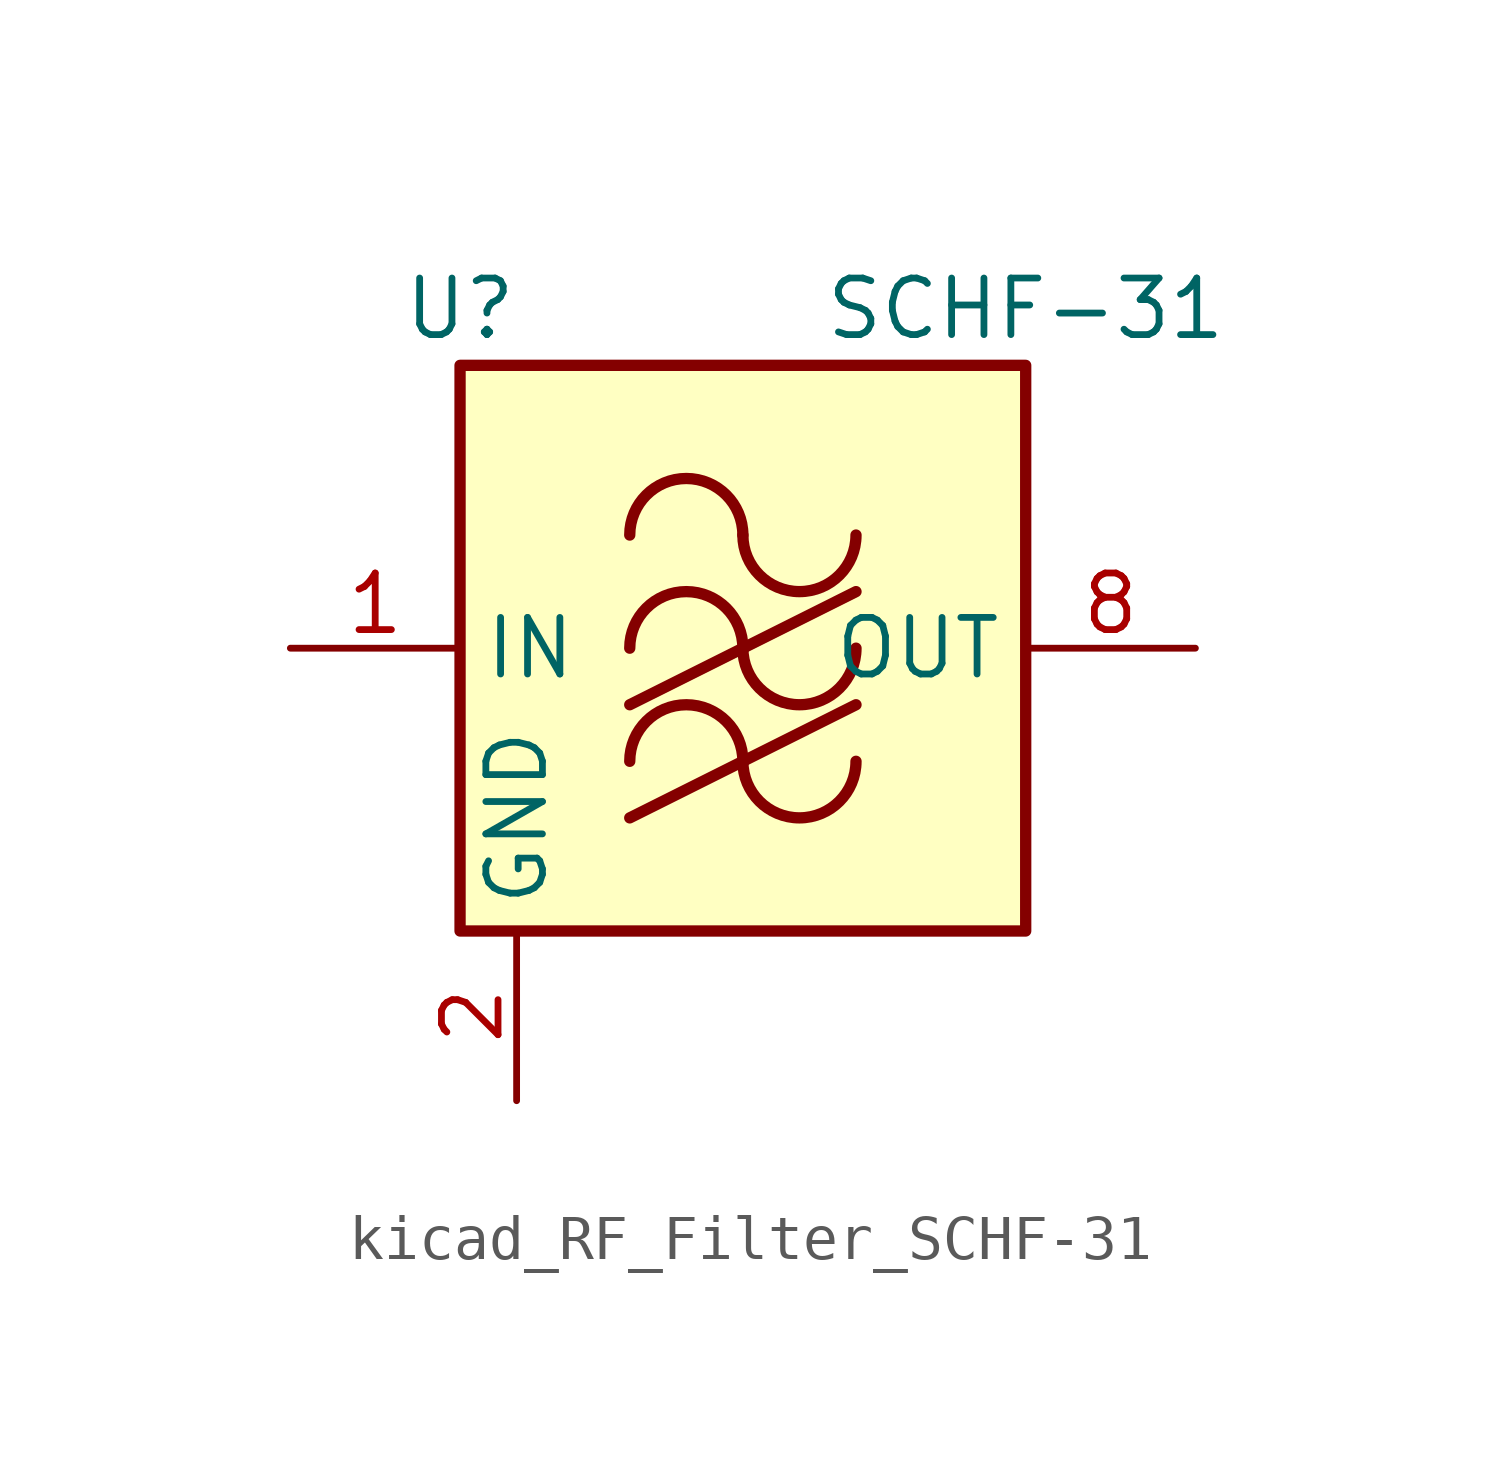
<source format=kicad_sym>
(kicad_symbol_lib
  (version 20220914)
  (generator kicad_symbol_editor)
  (symbol "kicad_RF_Filter_SCHF-31"
    (property "Reference" "U"
      (at -6.35 7.62 0)
      (effects (font (size 1.27 1.27))))
    (property "Value" "SCHF-31"
      (at 6.35 7.62 0)
      (effects (font (size 1.27 1.27))))
    (symbol "kicad_RF_Filter_SCHF-31_0_1"
      (rectangle (start -6.35 6.35) (end 6.35 -6.35) (stroke (width 0.254) (type default)) (fill (type background)))
      (arc (start 0 -2.54) (mid -1.27 -1.2755) (end -2.54 -2.54) (stroke (width 0.254) (type default)) (fill (type none)))
      (arc (start 0 -2.54) (mid 1.27 -3.8045) (end 2.54 -2.54) (stroke (width 0.254) (type default)) (fill (type none)))
      (arc (start 0 0) (mid -1.27 1.2645) (end -2.54 0) (stroke (width 0.254) (type default)) (fill (type none)))
      (polyline (pts (xy -2.54 -3.81) (xy 2.54 -1.27)) (stroke (width 0.254) (type default)) (fill (type none)))
      (polyline (pts (xy -2.54 -1.27) (xy 2.54 1.27)) (stroke (width 0.254) (type default)) (fill (type none)))
      (arc (start 0 0) (mid 1.27 -1.2645) (end 2.54 0) (stroke (width 0.254) (type default)) (fill (type none)))
      (arc (start 0 2.54) (mid -1.27 3.8045) (end -2.54 2.54) (stroke (width 0.254) (type default)) (fill (type none)))
      (arc (start 0 2.54) (mid 1.27 1.2755) (end 2.54 2.54) (stroke (width 0.254) (type default)) (fill (type none))))
    (symbol "kicad_RF_Filter_SCHF-31_1_1"
      (pin input line (at -10.16 0 0) (length 3.81) (name "IN" (effects (font (size 1.27 1.27)))) (number "1" (effects (font (size 1.27 1.27)))))
      (pin power_in line (at -5.08 -10.16 90) (length 3.81) (name "GND" (effects (font (size 1.27 1.27)))) (number "2" (effects (font (size 1.27 1.27)))))
      (pin passive line (at -5.08 -10.16 90) (length 3.81) hide (name "GND" (effects (font (size 1.27 1.27)))) (number "3" (effects (font (size 1.27 1.27)))))
      (pin passive line (at -5.08 -10.16 90) (length 3.81) hide (name "GND" (effects (font (size 1.27 1.27)))) (number "4" (effects (font (size 1.27 1.27)))))
      (pin passive line (at -5.08 -10.16 90) (length 3.81) hide (name "GND" (effects (font (size 1.27 1.27)))) (number "5" (effects (font (size 1.27 1.27)))))
      (pin passive line (at -5.08 -10.16 90) (length 3.81) hide (name "GND" (effects (font (size 1.27 1.27)))) (number "6" (effects (font (size 1.27 1.27)))))
      (pin passive line (at -5.08 -10.16 90) (length 3.81) hide (name "GND" (effects (font (size 1.27 1.27)))) (number "7" (effects (font (size 1.27 1.27)))))
      (pin output line (at 10.16 0 180) (length 3.81) (name "OUT" (effects (font (size 1.27 1.27)))) (number "8" (effects (font (size 1.27 1.27))))))))
</source>
